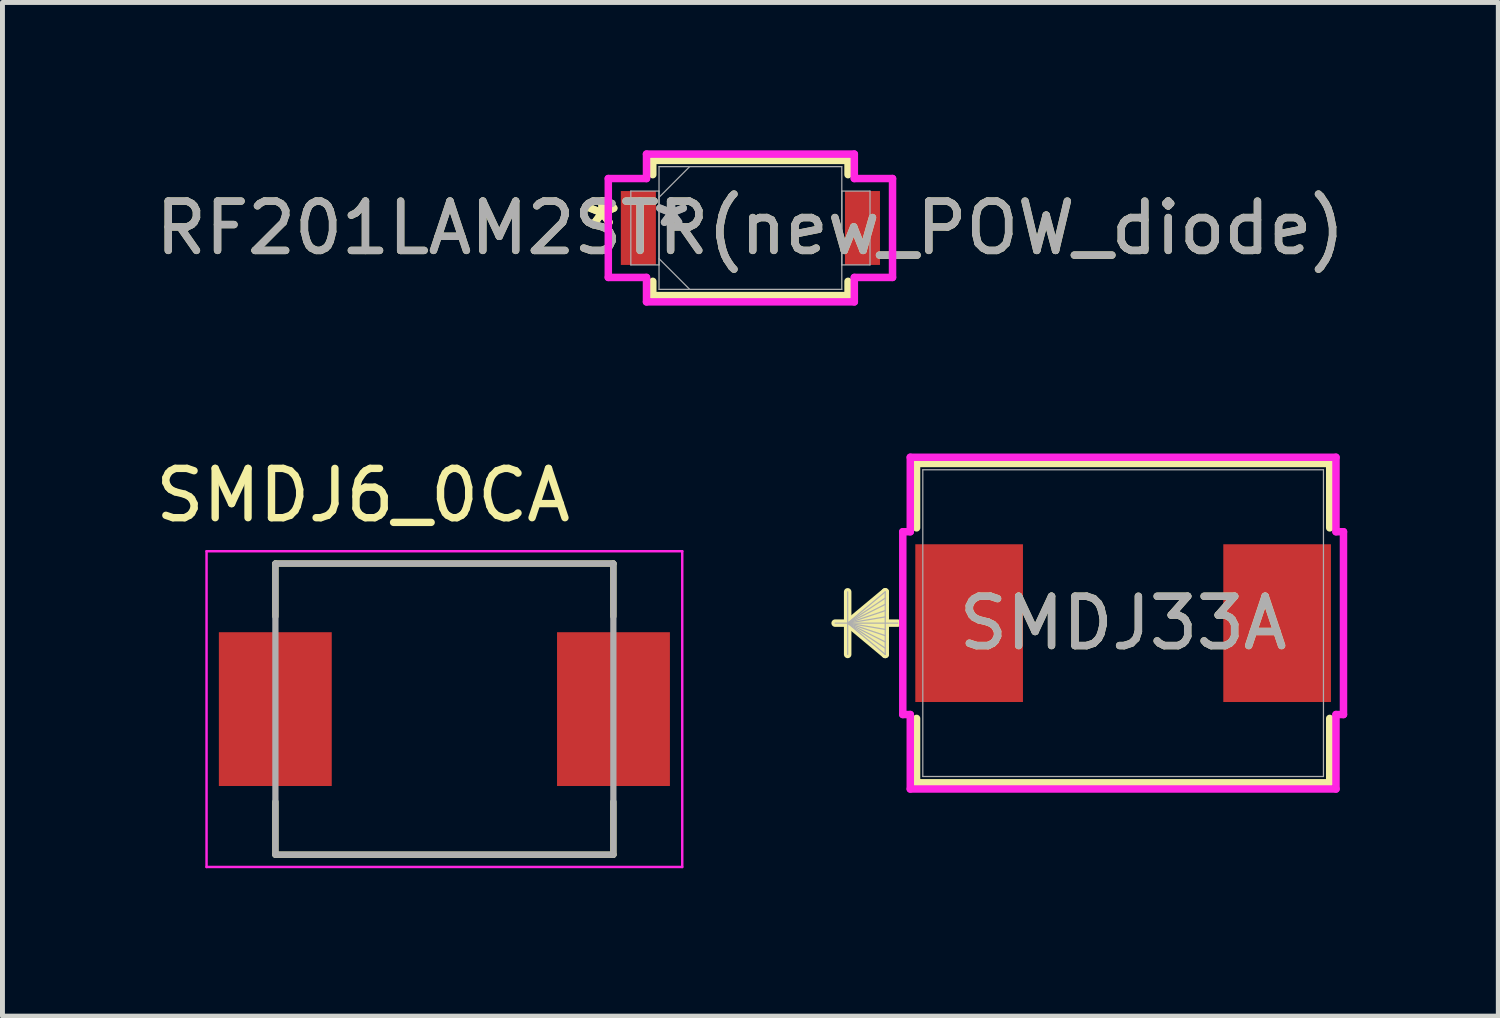
<source format=kicad_pcb>
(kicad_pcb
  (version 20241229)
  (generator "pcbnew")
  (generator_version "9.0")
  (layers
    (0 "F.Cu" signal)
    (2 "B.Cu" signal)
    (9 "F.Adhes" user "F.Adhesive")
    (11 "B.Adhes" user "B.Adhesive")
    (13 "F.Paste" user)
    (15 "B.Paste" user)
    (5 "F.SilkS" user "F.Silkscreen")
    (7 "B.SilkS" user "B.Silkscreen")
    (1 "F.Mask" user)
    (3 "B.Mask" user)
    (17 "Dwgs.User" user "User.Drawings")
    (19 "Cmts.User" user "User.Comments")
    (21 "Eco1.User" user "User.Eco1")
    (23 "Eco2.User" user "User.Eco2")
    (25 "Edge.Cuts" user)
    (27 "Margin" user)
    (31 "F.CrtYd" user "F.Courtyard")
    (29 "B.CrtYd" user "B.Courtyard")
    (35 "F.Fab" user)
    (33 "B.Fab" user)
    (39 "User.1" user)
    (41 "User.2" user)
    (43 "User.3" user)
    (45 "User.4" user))
  (footprint "RF201LAM2STR(new_POW_diode)"
    (layer "F.Cu")
    (at 12.173 1.575)
    (property "Reference" "RF201LAM2STR(new_POW_diode)" (at 0 0 0) (unlocked yes) (layer "F.SilkS") (effects (font (size 1 1) (thickness 0.15))))
    (attr smd)
    (fp_line (start -1.981 -1.372) (end -1.981 -1.082) (stroke (width 0.152) (type solid)) (layer "F.SilkS"))
    (fp_line (start -1.981 1.082) (end -1.981 1.372) (stroke (width 0.152) (type solid)) (layer "F.SilkS"))
    (fp_line (start -1.981 1.372) (end 1.981 1.372) (stroke (width 0.152) (type solid)) (layer "F.SilkS"))
    (fp_line (start 1.981 -1.372) (end -1.981 -1.372) (stroke (width 0.152) (type solid)) (layer "F.SilkS"))
    (fp_line (start 1.981 -1.082) (end 1.981 -1.372) (stroke (width 0.152) (type solid)) (layer "F.SilkS"))
    (fp_line (start 1.981 1.372) (end 1.981 1.082) (stroke (width 0.152) (type solid)) (layer "F.SilkS"))
    (fp_line (start -2.883 -1.003) (end -2.108 -1.003) (stroke (width 0.152) (type solid)) (layer "F.CrtYd"))
    (fp_line (start -2.883 1.003) (end -2.883 -1.003) (stroke (width 0.152) (type solid)) (layer "F.CrtYd"))
    (fp_line (start -2.108 -1.499) (end 2.108 -1.499) (stroke (width 0.152) (type solid)) (layer "F.CrtYd"))
    (fp_line (start -2.108 -1.003) (end -2.108 -1.499) (stroke (width 0.152) (type solid)) (layer "F.CrtYd"))
    (fp_line (start -2.108 1.003) (end -2.883 1.003) (stroke (width 0.152) (type solid)) (layer "F.CrtYd"))
    (fp_line (start -2.108 1.499) (end -2.108 1.003) (stroke (width 0.152) (type solid)) (layer "F.CrtYd"))
    (fp_line (start 2.108 -1.499) (end 2.108 -1.003) (stroke (width 0.152) (type solid)) (layer "F.CrtYd"))
    (fp_line (start 2.108 -1.003) (end 2.883 -1.003) (stroke (width 0.152) (type solid)) (layer "F.CrtYd"))
    (fp_line (start 2.108 1.003) (end 2.108 1.499) (stroke (width 0.152) (type solid)) (layer "F.CrtYd"))
    (fp_line (start 2.108 1.499) (end -2.108 1.499) (stroke (width 0.152) (type solid)) (layer "F.CrtYd"))
    (fp_line (start 2.883 -1.003) (end 2.883 1.003) (stroke (width 0.152) (type solid)) (layer "F.CrtYd"))
    (fp_line (start 2.883 1.003) (end 2.108 1.003) (stroke (width 0.152) (type solid)) (layer "F.CrtYd"))
    (fp_line (start -2.426 -0.749) (end -2.426 0.749) (stroke (width 0.025) (type solid)) (layer "F.Fab"))
    (fp_line (start -2.426 0.749) (end -1.854 0.749) (stroke (width 0.025) (type solid)) (layer "F.Fab"))
    (fp_line (start -1.854 -1.245) (end -1.854 1.245) (stroke (width 0.025) (type solid)) (layer "F.Fab"))
    (fp_line (start -1.854 -0.749) (end -2.426 -0.749) (stroke (width 0.025) (type solid)) (layer "F.Fab"))
    (fp_line (start -1.854 -0.622) (end -1.232 -1.245) (stroke (width 0.025) (type solid)) (layer "F.Fab"))
    (fp_line (start -1.854 0.622) (end -1.232 1.245) (stroke (width 0.025) (type solid)) (layer "F.Fab"))
    (fp_line (start -1.854 0.749) (end -1.854 -0.749) (stroke (width 0.025) (type solid)) (layer "F.Fab"))
    (fp_line (start -1.854 1.245) (end 1.854 1.245) (stroke (width 0.025) (type solid)) (layer "F.Fab"))
    (fp_line (start 1.854 -1.245) (end -1.854 -1.245) (stroke (width 0.025) (type solid)) (layer "F.Fab"))
    (fp_line (start 1.854 -0.749) (end 1.854 0.749) (stroke (width 0.025) (type solid)) (layer "F.Fab"))
    (fp_line (start 1.854 0.749) (end 2.426 0.749) (stroke (width 0.025) (type solid)) (layer "F.Fab"))
    (fp_line (start 1.854 1.245) (end 1.854 -1.245) (stroke (width 0.025) (type solid)) (layer "F.Fab"))
    (fp_line (start 2.426 -0.749) (end 1.854 -0.749) (stroke (width 0.025) (type solid)) (layer "F.Fab"))
    (fp_line (start 2.426 0.749) (end 2.426 -0.749) (stroke (width 0.025) (type solid)) (layer "F.Fab"))
    (fp_text user "*" (at -3.01 0 0) (layer "F.SilkS") (effects (font (size 1 1) (thickness 0.15))))
    (fp_text user "*" (at -3.01 0 0) (unlocked yes) (layer "F.SilkS") (effects (font (size 1 1) (thickness 0.15))))
    (fp_text user "*" (at -1.6 0 0) (layer "F.Fab") (effects (font (size 1 1) (thickness 0.15))))
    (fp_text user "${REFERENCE}" (at 0 0 0) (unlocked yes) (layer "F.Fab") (effects (font (size 1 1) (thickness 0.15))))
    (fp_text user "*" (at -1.6 0 0) (unlocked yes) (layer "F.Fab") (effects (font (size 1 1) (thickness 0.15))))
    (pad "1" smd rect (at -2.273 0) (size 0.711 1.499) (layers "F.Cu" "F.Mask" "F.Paste"))
    (pad "2" smd rect (at 2.273 0) (size 0.711 1.499) (layers "F.Cu" "F.Mask" "F.Paste"))
    (zone (net_name "") (layer "F.Cu") (hatch full 0.508) (connect_pads) (min_thickness 0.254) (filled_areas_thickness no) (keepout (tracks not_allowed) (vias not_allowed) (pads allowed) (copperpour not_allowed) (footprints allowed)) (placement (enabled no)) (fill) (polygon (pts (xy 10.306 0.381) (xy 14.04 0.381) (xy 14.04 2.769) (xy 10.306 2.769)))))
  (footprint "SMDJ33A"
    (layer "F.Cu")
    (at 19.734 9.591)
    (property "Reference" "SMDJ33A" (at 0 0 0) (unlocked yes) (layer "F.SilkS") (effects (font (size 1 1) (thickness 0.15))))
    (attr smd)
    (fp_line (start -5.588 -0.635) (end -5.588 0.635) (stroke (width 0.152) (type solid)) (layer "F.SilkS"))
    (fp_line (start -5.588 0) (end -4.826 -0.635) (stroke (width 0.152) (type solid)) (layer "F.SilkS"))
    (fp_line (start -5.588 0) (end -4.826 -0.508) (stroke (width 0.152) (type solid)) (layer "F.SilkS"))
    (fp_line (start -5.588 0) (end -4.826 -0.381) (stroke (width 0.152) (type solid)) (layer "F.SilkS"))
    (fp_line (start -5.588 0) (end -4.826 -0.254) (stroke (width 0.152) (type solid)) (layer "F.SilkS"))
    (fp_line (start -5.588 0) (end -4.826 -0.127) (stroke (width 0.152) (type solid)) (layer "F.SilkS"))
    (fp_line (start -5.588 0) (end -4.826 0.127) (stroke (width 0.152) (type solid)) (layer "F.SilkS"))
    (fp_line (start -5.588 0) (end -4.826 0.254) (stroke (width 0.152) (type solid)) (layer "F.SilkS"))
    (fp_line (start -5.588 0) (end -4.826 0.381) (stroke (width 0.152) (type solid)) (layer "F.SilkS"))
    (fp_line (start -5.588 0) (end -4.826 0.508) (stroke (width 0.152) (type solid)) (layer "F.SilkS"))
    (fp_line (start -5.588 0) (end -4.826 0.635) (stroke (width 0.152) (type solid)) (layer "F.SilkS"))
    (fp_line (start -4.826 -0.635) (end -4.826 0.635) (stroke (width 0.152) (type solid)) (layer "F.SilkS"))
    (fp_line (start -4.572 0) (end -5.842 0) (stroke (width 0.152) (type solid)) (layer "F.SilkS"))
    (fp_line (start -4.191 -3.239) (end -4.191 -1.933) (stroke (width 0.152) (type solid)) (layer "F.SilkS"))
    (fp_line (start -4.191 1.933) (end -4.191 3.239) (stroke (width 0.152) (type solid)) (layer "F.SilkS"))
    (fp_line (start -4.191 3.239) (end 4.191 3.239) (stroke (width 0.152) (type solid)) (layer "F.SilkS"))
    (fp_line (start 4.191 -3.239) (end -4.191 -3.239) (stroke (width 0.152) (type solid)) (layer "F.SilkS"))
    (fp_line (start 4.191 -1.933) (end 4.191 -3.239) (stroke (width 0.152) (type solid)) (layer "F.SilkS"))
    (fp_line (start 4.191 3.239) (end 4.191 1.933) (stroke (width 0.152) (type solid)) (layer "F.SilkS"))
    (fp_line (start -4.47 -1.854) (end -4.318 -1.854) (stroke (width 0.152) (type solid)) (layer "F.CrtYd"))
    (fp_line (start -4.47 1.854) (end -4.47 -1.854) (stroke (width 0.152) (type solid)) (layer "F.CrtYd"))
    (fp_line (start -4.318 -3.365) (end 4.318 -3.365) (stroke (width 0.152) (type solid)) (layer "F.CrtYd"))
    (fp_line (start -4.318 -1.854) (end -4.318 -3.365) (stroke (width 0.152) (type solid)) (layer "F.CrtYd"))
    (fp_line (start -4.318 1.854) (end -4.47 1.854) (stroke (width 0.152) (type solid)) (layer "F.CrtYd"))
    (fp_line (start -4.318 3.365) (end -4.318 1.854) (stroke (width 0.152) (type solid)) (layer "F.CrtYd"))
    (fp_line (start 4.318 -3.365) (end 4.318 -1.854) (stroke (width 0.152) (type solid)) (layer "F.CrtYd"))
    (fp_line (start 4.318 -1.854) (end 4.47 -1.854) (stroke (width 0.152) (type solid)) (layer "F.CrtYd"))
    (fp_line (start 4.318 1.854) (end 4.318 3.365) (stroke (width 0.152) (type solid)) (layer "F.CrtYd"))
    (fp_line (start 4.318 3.365) (end -4.318 3.365) (stroke (width 0.152) (type solid)) (layer "F.CrtYd"))
    (fp_line (start 4.47 -1.854) (end 4.47 1.854) (stroke (width 0.152) (type solid)) (layer "F.CrtYd"))
    (fp_line (start 4.47 1.854) (end 4.318 1.854) (stroke (width 0.152) (type solid)) (layer "F.CrtYd"))
    (fp_line (start -5.588 -0.635) (end -5.588 0.635) (stroke (width 0.025) (type solid)) (layer "F.Fab"))
    (fp_line (start -5.588 0) (end -4.826 -0.635) (stroke (width 0.025) (type solid)) (layer "F.Fab"))
    (fp_line (start -5.588 0) (end -4.826 -0.508) (stroke (width 0.025) (type solid)) (layer "F.Fab"))
    (fp_line (start -5.588 0) (end -4.826 -0.381) (stroke (width 0.025) (type solid)) (layer "F.Fab"))
    (fp_line (start -5.588 0) (end -4.826 -0.254) (stroke (width 0.025) (type solid)) (layer "F.Fab"))
    (fp_line (start -5.588 0) (end -4.826 -0.127) (stroke (width 0.025) (type solid)) (layer "F.Fab"))
    (fp_line (start -5.588 0) (end -4.826 0.127) (stroke (width 0.025) (type solid)) (layer "F.Fab"))
    (fp_line (start -5.588 0) (end -4.826 0.254) (stroke (width 0.025) (type solid)) (layer "F.Fab"))
    (fp_line (start -5.588 0) (end -4.826 0.381) (stroke (width 0.025) (type solid)) (layer "F.Fab"))
    (fp_line (start -5.588 0) (end -4.826 0.508) (stroke (width 0.025) (type solid)) (layer "F.Fab"))
    (fp_line (start -5.588 0) (end -4.826 0.635) (stroke (width 0.025) (type solid)) (layer "F.Fab"))
    (fp_line (start -4.826 -0.635) (end -4.826 0.635) (stroke (width 0.025) (type solid)) (layer "F.Fab"))
    (fp_line (start -4.572 0) (end -5.842 0) (stroke (width 0.025) (type solid)) (layer "F.Fab"))
    (fp_line (start -4.064 -3.111) (end -4.064 3.111) (stroke (width 0.025) (type solid)) (layer "F.Fab"))
    (fp_line (start -4.064 3.111) (end 4.064 3.111) (stroke (width 0.025) (type solid)) (layer "F.Fab"))
    (fp_line (start 4.064 -3.111) (end -4.064 -3.111) (stroke (width 0.025) (type solid)) (layer "F.Fab"))
    (fp_line (start 4.064 3.111) (end 4.064 -3.111) (stroke (width 0.025) (type solid)) (layer "F.Fab"))
    (fp_text user "${REFERENCE}" (at 0 0 0) (unlocked yes) (layer "F.Fab") (effects (font (size 1 1) (thickness 0.15))))
    (pad "1" smd rect (at -3.124 0 90) (size 3.2 2.184) (layers "F.Cu" "F.Mask" "F.Paste"))
    (pad "2" smd rect (at 3.124 0 90) (size 3.2 2.184) (layers "F.Cu" "F.Mask" "F.Paste"))
    (zone (net_name "") (layer "F.Cu") (hatch full 0.508) (connect_pads) (min_thickness 0.254) (filled_areas_thickness no) (keepout (tracks not_allowed) (vias not_allowed) (pads allowed) (copperpour not_allowed) (footprints allowed)) (placement (enabled no)) (fill) (polygon (pts (xy 15.72 6.531) (xy 23.747 6.531) (xy 23.747 7.94) (xy 15.72 7.94))))
    (zone (net_name "") (layer "F.Cu") (hatch full 0.508) (connect_pads) (min_thickness 0.254) (filled_areas_thickness no) (keepout (tracks not_allowed) (vias not_allowed) (pads allowed) (copperpour not_allowed) (footprints allowed)) (placement (enabled no)) (fill) (polygon (pts (xy 15.72 11.242) (xy 23.747 11.242) (xy 23.747 12.652) (xy 15.72 12.652))))
    (zone (net_name "") (layer "F.Cu") (hatch full 0.508) (connect_pads) (min_thickness 0.254) (filled_areas_thickness no) (keepout (tracks not_allowed) (vias not_allowed) (pads allowed) (copperpour not_allowed) (footprints allowed)) (placement (enabled no)) (fill) (polygon (pts (xy 17.752 7.94) (xy 21.715 7.94) (xy 21.715 11.242) (xy 17.752 11.242)))))
  (footprint "SMDJ6_0CA"
    (layer "F.Cu")
    (at 5.965 11.335)
    (property "Reference" "SMDJ6_0CA" (at -1.65 -4.338 0) (layer "F.SilkS") (effects (font (size 1 1) (thickness 0.15))))
    (attr smd)
    (fp_line (start -3.428 -2.953) (end -3.428 -1.88) (stroke (width 0.127) (type solid)) (layer "F.SilkS"))
    (fp_line (start -3.428 2.953) (end -3.428 1.88) (stroke (width 0.127) (type solid)) (layer "F.SilkS"))
    (fp_line (start -3.428 2.953) (end 3.428 2.953) (stroke (width 0.127) (type solid)) (layer "F.SilkS"))
    (fp_line (start 3.428 -2.953) (end -3.428 -2.953) (stroke (width 0.127) (type solid)) (layer "F.SilkS"))
    (fp_line (start 3.428 -1.88) (end 3.428 -2.953) (stroke (width 0.127) (type solid)) (layer "F.SilkS"))
    (fp_line (start 3.428 2.953) (end 3.428 1.88) (stroke (width 0.127) (type solid)) (layer "F.SilkS"))
    (fp_line (start -4.825 -3.203) (end -4.825 3.203) (stroke (width 0.05) (type solid)) (layer "F.CrtYd"))
    (fp_line (start -4.825 3.203) (end 4.825 3.203) (stroke (width 0.05) (type solid)) (layer "F.CrtYd"))
    (fp_line (start 4.825 -3.203) (end -4.825 -3.203) (stroke (width 0.05) (type solid)) (layer "F.CrtYd"))
    (fp_line (start 4.825 3.203) (end 4.825 -3.203) (stroke (width 0.05) (type solid)) (layer "F.CrtYd"))
    (fp_line (start -3.428 -2.953) (end -3.428 2.953) (stroke (width 0.127) (type solid)) (layer "F.Fab"))
    (fp_line (start -3.428 2.953) (end 3.428 2.953) (stroke (width 0.127) (type solid)) (layer "F.Fab"))
    (fp_line (start 3.428 -2.953) (end -3.428 -2.953) (stroke (width 0.127) (type solid)) (layer "F.Fab"))
    (fp_line (start 3.428 2.953) (end 3.428 -2.953) (stroke (width 0.127) (type solid)) (layer "F.Fab"))
    (pad "1" smd rect (at -3.43 0) (size 2.29 3.12) (layers "F.Cu" "F.Mask" "F.Paste"))
    (pad "2" smd rect (at 3.43 0) (size 2.29 3.12) (layers "F.Cu" "F.Mask" "F.Paste")))
  (gr_rect
    (start -3 -3)
    (end 27.345 17.563)
    (stroke (width 0.1) (type default))
    (fill no)
    (layer "Edge.Cuts")))
</source>
